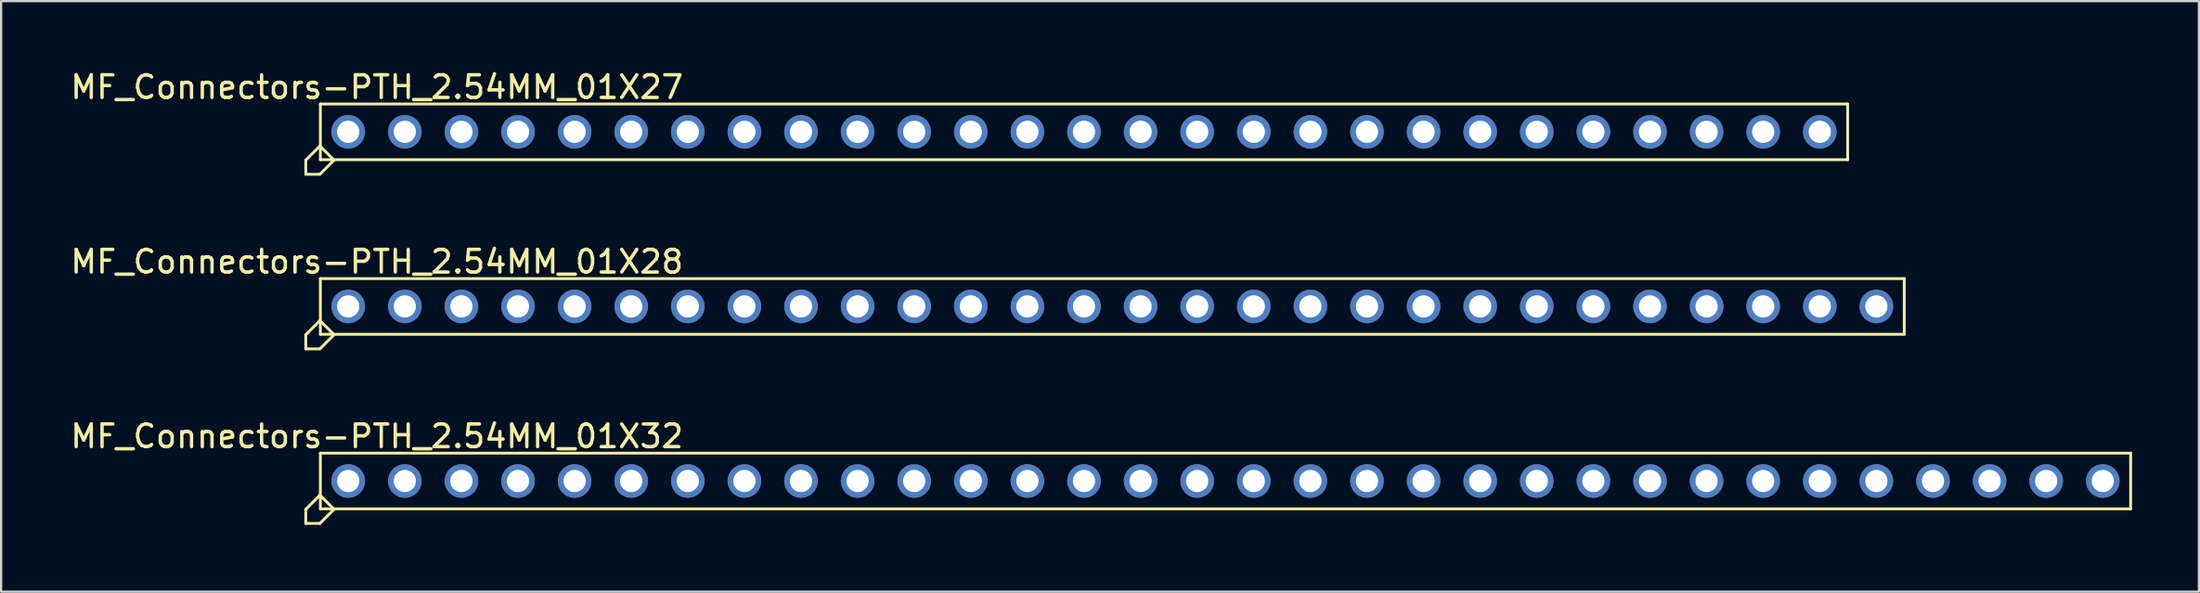
<source format=kicad_pcb>
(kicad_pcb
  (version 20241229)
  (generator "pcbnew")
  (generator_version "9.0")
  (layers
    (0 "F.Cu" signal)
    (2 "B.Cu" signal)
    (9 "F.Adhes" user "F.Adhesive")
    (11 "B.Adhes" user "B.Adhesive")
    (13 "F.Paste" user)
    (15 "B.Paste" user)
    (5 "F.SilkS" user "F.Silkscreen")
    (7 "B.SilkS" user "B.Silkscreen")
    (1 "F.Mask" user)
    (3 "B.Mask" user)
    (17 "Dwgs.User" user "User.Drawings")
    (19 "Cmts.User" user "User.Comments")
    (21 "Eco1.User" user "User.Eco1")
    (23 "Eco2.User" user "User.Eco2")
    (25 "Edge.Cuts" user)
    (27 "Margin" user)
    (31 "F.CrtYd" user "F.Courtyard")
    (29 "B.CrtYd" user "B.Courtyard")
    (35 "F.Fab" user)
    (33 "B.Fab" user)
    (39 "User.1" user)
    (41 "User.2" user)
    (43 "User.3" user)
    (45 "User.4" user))
  (footprint "MF_Connectors-PTH_2.54MM_01X28"
    (layer "F.Cu")
    (at 46.867 10.705)
    (property "Reference" "MF_Connectors-PTH_2.54MM_01X28" (at -33 -2.007 0) (layer "F.SilkS") (effects (font (size 1.016 1.016) (thickness 0.152))))
    (attr exclude_from_pos_files exclude_from_bom)
    (fp_line (start -36.195 1.27) (end -36.195 1.905) (stroke (width 0.127) (type solid)) (layer "F.SilkS"))
    (fp_line (start -36.195 1.905) (end -35.56 1.905) (stroke (width 0.127) (type solid)) (layer "F.SilkS"))
    (fp_line (start -35.56 0.635) (end -36.195 1.27) (stroke (width 0.127) (type solid)) (layer "F.SilkS"))
    (fp_line (start -35.56 1.905) (end -34.925 1.27) (stroke (width 0.127) (type solid)) (layer "F.SilkS"))
    (fp_line (start -35.54 -1.25) (end 35.54 -1.25) (stroke (width 0.127) (type solid)) (layer "F.SilkS"))
    (fp_line (start -35.54 1.25) (end -35.54 -1.25) (stroke (width 0.127) (type solid)) (layer "F.SilkS"))
    (fp_line (start -34.925 1.27) (end -35.56 0.635) (stroke (width 0.127) (type solid)) (layer "F.SilkS"))
    (fp_line (start 35.54 -1.25) (end 35.54 1.25) (stroke (width 0.127) (type solid)) (layer "F.SilkS"))
    (fp_line (start 35.54 1.25) (end -35.54 1.25) (stroke (width 0.127) (type solid)) (layer "F.SilkS"))
    (pad "1" thru_hole circle (at -34.29 0) (size 1.506 1.506) (drill 0.998) (layers "*.Cu" "*.Mask"))
    (pad "2" thru_hole circle (at -31.75 0) (size 1.506 1.506) (drill 0.998) (layers "*.Cu" "*.Mask"))
    (pad "3" thru_hole circle (at -29.21 0) (size 1.506 1.506) (drill 0.998) (layers "*.Cu" "*.Mask"))
    (pad "4" thru_hole circle (at -26.67 0) (size 1.506 1.506) (drill 0.998) (layers "*.Cu" "*.Mask"))
    (pad "5" thru_hole circle (at -24.13 0) (size 1.506 1.506) (drill 0.998) (layers "*.Cu" "*.Mask"))
    (pad "6" thru_hole circle (at -21.59 0) (size 1.506 1.506) (drill 0.998) (layers "*.Cu" "*.Mask"))
    (pad "7" thru_hole circle (at -19.05 0) (size 1.506 1.506) (drill 0.998) (layers "*.Cu" "*.Mask"))
    (pad "8" thru_hole circle (at -16.51 0) (size 1.506 1.506) (drill 0.998) (layers "*.Cu" "*.Mask"))
    (pad "9" thru_hole circle (at -13.97 0) (size 1.506 1.506) (drill 0.998) (layers "*.Cu" "*.Mask"))
    (pad "10" thru_hole circle (at -11.43 0) (size 1.506 1.506) (drill 0.998) (layers "*.Cu" "*.Mask"))
    (pad "11" thru_hole circle (at -8.89 0) (size 1.506 1.506) (drill 0.998) (layers "*.Cu" "*.Mask"))
    (pad "12" thru_hole circle (at -6.35 0) (size 1.506 1.506) (drill 0.998) (layers "*.Cu" "*.Mask"))
    (pad "13" thru_hole circle (at -3.81 0) (size 1.506 1.506) (drill 0.998) (layers "*.Cu" "*.Mask"))
    (pad "14" thru_hole circle (at -1.27 0) (size 1.506 1.506) (drill 0.998) (layers "*.Cu" "*.Mask"))
    (pad "15" thru_hole circle (at 1.27 0) (size 1.506 1.506) (drill 0.998) (layers "*.Cu" "*.Mask"))
    (pad "16" thru_hole circle (at 3.81 0) (size 1.506 1.506) (drill 0.998) (layers "*.Cu" "*.Mask"))
    (pad "17" thru_hole circle (at 6.35 0) (size 1.506 1.506) (drill 0.998) (layers "*.Cu" "*.Mask"))
    (pad "18" thru_hole circle (at 8.89 0) (size 1.506 1.506) (drill 0.998) (layers "*.Cu" "*.Mask"))
    (pad "19" thru_hole circle (at 11.43 0) (size 1.506 1.506) (drill 0.998) (layers "*.Cu" "*.Mask"))
    (pad "20" thru_hole circle (at 13.97 0) (size 1.506 1.506) (drill 0.998) (layers "*.Cu" "*.Mask"))
    (pad "21" thru_hole circle (at 16.51 0) (size 1.506 1.506) (drill 0.998) (layers "*.Cu" "*.Mask"))
    (pad "22" thru_hole circle (at 19.05 0) (size 1.506 1.506) (drill 0.998) (layers "*.Cu" "*.Mask"))
    (pad "23" thru_hole circle (at 21.59 0) (size 1.506 1.506) (drill 0.998) (layers "*.Cu" "*.Mask"))
    (pad "24" thru_hole circle (at 24.13 0) (size 1.506 1.506) (drill 0.998) (layers "*.Cu" "*.Mask"))
    (pad "25" thru_hole circle (at 26.67 0) (size 1.506 1.506) (drill 0.998) (layers "*.Cu" "*.Mask"))
    (pad "26" thru_hole circle (at 29.21 0) (size 1.506 1.506) (drill 0.998) (layers "*.Cu" "*.Mask"))
    (pad "27" thru_hole circle (at 31.75 0) (size 1.506 1.506) (drill 0.998) (layers "*.Cu" "*.Mask"))
    (pad "28" thru_hole circle (at 34.29 0) (size 1.506 1.506) (drill 0.998) (layers "*.Cu" "*.Mask")))
  (footprint "MF_Connectors-PTH_2.54MM_01X32"
    (layer "F.Cu")
    (at 51.947 18.542)
    (property "Reference" "MF_Connectors-PTH_2.54MM_01X32" (at -38.08 -2.007 0) (layer "F.SilkS") (effects (font (size 1.016 1.016) (thickness 0.152))))
    (attr exclude_from_pos_files exclude_from_bom)
    (fp_line (start -41.275 1.27) (end -41.275 1.905) (stroke (width 0.127) (type solid)) (layer "F.SilkS"))
    (fp_line (start -41.275 1.905) (end -40.64 1.905) (stroke (width 0.127) (type solid)) (layer "F.SilkS"))
    (fp_line (start -40.64 0.635) (end -41.275 1.27) (stroke (width 0.127) (type solid)) (layer "F.SilkS"))
    (fp_line (start -40.64 1.905) (end -40.005 1.27) (stroke (width 0.127) (type solid)) (layer "F.SilkS"))
    (fp_line (start -40.62 -1.25) (end 40.62 -1.25) (stroke (width 0.127) (type solid)) (layer "F.SilkS"))
    (fp_line (start -40.62 1.25) (end -40.62 -1.25) (stroke (width 0.127) (type solid)) (layer "F.SilkS"))
    (fp_line (start -40.005 1.27) (end -40.64 0.635) (stroke (width 0.127) (type solid)) (layer "F.SilkS"))
    (fp_line (start 40.62 -1.25) (end 40.62 1.25) (stroke (width 0.127) (type solid)) (layer "F.SilkS"))
    (fp_line (start 40.62 1.25) (end -40.62 1.25) (stroke (width 0.127) (type solid)) (layer "F.SilkS"))
    (pad "1" thru_hole circle (at -39.37 0) (size 1.506 1.506) (drill 0.998) (layers "*.Cu" "*.Mask"))
    (pad "2" thru_hole circle (at -36.83 0) (size 1.506 1.506) (drill 0.998) (layers "*.Cu" "*.Mask"))
    (pad "3" thru_hole circle (at -34.29 0) (size 1.506 1.506) (drill 0.998) (layers "*.Cu" "*.Mask"))
    (pad "4" thru_hole circle (at -31.75 0) (size 1.506 1.506) (drill 0.998) (layers "*.Cu" "*.Mask"))
    (pad "5" thru_hole circle (at -29.21 0) (size 1.506 1.506) (drill 0.998) (layers "*.Cu" "*.Mask"))
    (pad "6" thru_hole circle (at -26.67 0) (size 1.506 1.506) (drill 0.998) (layers "*.Cu" "*.Mask"))
    (pad "7" thru_hole circle (at -24.13 0) (size 1.506 1.506) (drill 0.998) (layers "*.Cu" "*.Mask"))
    (pad "8" thru_hole circle (at -21.59 0) (size 1.506 1.506) (drill 0.998) (layers "*.Cu" "*.Mask"))
    (pad "9" thru_hole circle (at -19.05 0) (size 1.506 1.506) (drill 0.998) (layers "*.Cu" "*.Mask"))
    (pad "10" thru_hole circle (at -16.51 0) (size 1.506 1.506) (drill 0.998) (layers "*.Cu" "*.Mask"))
    (pad "11" thru_hole circle (at -13.97 0) (size 1.506 1.506) (drill 0.998) (layers "*.Cu" "*.Mask"))
    (pad "12" thru_hole circle (at -11.43 0) (size 1.506 1.506) (drill 0.998) (layers "*.Cu" "*.Mask"))
    (pad "13" thru_hole circle (at -8.89 0) (size 1.506 1.506) (drill 0.998) (layers "*.Cu" "*.Mask"))
    (pad "14" thru_hole circle (at -6.35 0) (size 1.506 1.506) (drill 0.998) (layers "*.Cu" "*.Mask"))
    (pad "15" thru_hole circle (at -3.81 0) (size 1.506 1.506) (drill 0.998) (layers "*.Cu" "*.Mask"))
    (pad "16" thru_hole circle (at -1.27 0) (size 1.506 1.506) (drill 0.998) (layers "*.Cu" "*.Mask"))
    (pad "17" thru_hole circle (at 1.27 0) (size 1.506 1.506) (drill 0.998) (layers "*.Cu" "*.Mask"))
    (pad "18" thru_hole circle (at 3.81 0) (size 1.506 1.506) (drill 0.998) (layers "*.Cu" "*.Mask"))
    (pad "19" thru_hole circle (at 6.35 0) (size 1.506 1.506) (drill 0.998) (layers "*.Cu" "*.Mask"))
    (pad "20" thru_hole circle (at 8.89 0) (size 1.506 1.506) (drill 0.998) (layers "*.Cu" "*.Mask"))
    (pad "21" thru_hole circle (at 11.43 0) (size 1.506 1.506) (drill 0.998) (layers "*.Cu" "*.Mask"))
    (pad "22" thru_hole circle (at 13.97 0) (size 1.506 1.506) (drill 0.998) (layers "*.Cu" "*.Mask"))
    (pad "23" thru_hole circle (at 16.51 0) (size 1.506 1.506) (drill 0.998) (layers "*.Cu" "*.Mask"))
    (pad "24" thru_hole circle (at 19.05 0) (size 1.506 1.506) (drill 0.998) (layers "*.Cu" "*.Mask"))
    (pad "25" thru_hole circle (at 21.59 0) (size 1.506 1.506) (drill 0.998) (layers "*.Cu" "*.Mask"))
    (pad "26" thru_hole circle (at 24.13 0) (size 1.506 1.506) (drill 0.998) (layers "*.Cu" "*.Mask"))
    (pad "27" thru_hole circle (at 26.67 0) (size 1.506 1.506) (drill 0.998) (layers "*.Cu" "*.Mask"))
    (pad "28" thru_hole circle (at 29.21 0) (size 1.506 1.506) (drill 0.998) (layers "*.Cu" "*.Mask"))
    (pad "29" thru_hole circle (at 31.75 0) (size 1.506 1.506) (drill 0.998) (layers "*.Cu" "*.Mask"))
    (pad "30" thru_hole circle (at 34.29 0) (size 1.506 1.506) (drill 0.998) (layers "*.Cu" "*.Mask"))
    (pad "31" thru_hole circle (at 36.83 0) (size 1.506 1.506) (drill 0.998) (layers "*.Cu" "*.Mask"))
    (pad "32" thru_hole circle (at 39.37 0) (size 1.506 1.506) (drill 0.998) (layers "*.Cu" "*.Mask")))
  (footprint "MF_Connectors-PTH_2.54MM_01X27"
    (layer "F.Cu")
    (at 45.597 2.868)
    (property "Reference" "MF_Connectors-PTH_2.54MM_01X27" (at -31.73 -2.007 0) (layer "F.SilkS") (effects (font (size 1.016 1.016) (thickness 0.152))))
    (attr exclude_from_pos_files exclude_from_bom)
    (fp_line (start -34.925 1.27) (end -34.925 1.905) (stroke (width 0.127) (type solid)) (layer "F.SilkS"))
    (fp_line (start -34.925 1.905) (end -34.29 1.905) (stroke (width 0.127) (type solid)) (layer "F.SilkS"))
    (fp_line (start -34.29 0.635) (end -34.925 1.27) (stroke (width 0.127) (type solid)) (layer "F.SilkS"))
    (fp_line (start -34.29 1.905) (end -33.655 1.27) (stroke (width 0.127) (type solid)) (layer "F.SilkS"))
    (fp_line (start -34.27 -1.25) (end 34.27 -1.25) (stroke (width 0.127) (type solid)) (layer "F.SilkS"))
    (fp_line (start -34.27 1.25) (end -34.27 -1.25) (stroke (width 0.127) (type solid)) (layer "F.SilkS"))
    (fp_line (start -33.655 1.27) (end -34.29 0.635) (stroke (width 0.127) (type solid)) (layer "F.SilkS"))
    (fp_line (start 34.27 -1.25) (end 34.27 1.25) (stroke (width 0.127) (type solid)) (layer "F.SilkS"))
    (fp_line (start 34.27 1.25) (end -34.27 1.25) (stroke (width 0.127) (type solid)) (layer "F.SilkS"))
    (pad "1" thru_hole circle (at -33.02 0) (size 1.506 1.506) (drill 0.998) (layers "*.Cu" "*.Mask"))
    (pad "2" thru_hole circle (at -30.48 0) (size 1.506 1.506) (drill 0.998) (layers "*.Cu" "*.Mask"))
    (pad "3" thru_hole circle (at -27.94 0) (size 1.506 1.506) (drill 0.998) (layers "*.Cu" "*.Mask"))
    (pad "4" thru_hole circle (at -25.4 0) (size 1.506 1.506) (drill 0.998) (layers "*.Cu" "*.Mask"))
    (pad "5" thru_hole circle (at -22.86 0) (size 1.506 1.506) (drill 0.998) (layers "*.Cu" "*.Mask"))
    (pad "6" thru_hole circle (at -20.32 0) (size 1.506 1.506) (drill 0.998) (layers "*.Cu" "*.Mask"))
    (pad "7" thru_hole circle (at -17.78 0) (size 1.506 1.506) (drill 0.998) (layers "*.Cu" "*.Mask"))
    (pad "8" thru_hole circle (at -15.24 0) (size 1.506 1.506) (drill 0.998) (layers "*.Cu" "*.Mask"))
    (pad "9" thru_hole circle (at -12.7 0) (size 1.506 1.506) (drill 0.998) (layers "*.Cu" "*.Mask"))
    (pad "10" thru_hole circle (at -10.16 0) (size 1.506 1.506) (drill 0.998) (layers "*.Cu" "*.Mask"))
    (pad "11" thru_hole circle (at -7.62 0) (size 1.506 1.506) (drill 0.998) (layers "*.Cu" "*.Mask"))
    (pad "12" thru_hole circle (at -5.08 0) (size 1.506 1.506) (drill 0.998) (layers "*.Cu" "*.Mask"))
    (pad "13" thru_hole circle (at -2.54 0) (size 1.506 1.506) (drill 0.998) (layers "*.Cu" "*.Mask"))
    (pad "14" thru_hole circle (at 0 0) (size 1.506 1.506) (drill 0.998) (layers "*.Cu" "*.Mask"))
    (pad "15" thru_hole circle (at 2.54 0) (size 1.506 1.506) (drill 0.998) (layers "*.Cu" "*.Mask"))
    (pad "16" thru_hole circle (at 5.08 0) (size 1.506 1.506) (drill 0.998) (layers "*.Cu" "*.Mask"))
    (pad "17" thru_hole circle (at 7.62 0) (size 1.506 1.506) (drill 0.998) (layers "*.Cu" "*.Mask"))
    (pad "18" thru_hole circle (at 10.16 0) (size 1.506 1.506) (drill 0.998) (layers "*.Cu" "*.Mask"))
    (pad "19" thru_hole circle (at 12.7 0) (size 1.506 1.506) (drill 0.998) (layers "*.Cu" "*.Mask"))
    (pad "20" thru_hole circle (at 15.24 0) (size 1.506 1.506) (drill 0.998) (layers "*.Cu" "*.Mask"))
    (pad "21" thru_hole circle (at 17.78 0) (size 1.506 1.506) (drill 0.998) (layers "*.Cu" "*.Mask"))
    (pad "22" thru_hole circle (at 20.32 0) (size 1.506 1.506) (drill 0.998) (layers "*.Cu" "*.Mask"))
    (pad "23" thru_hole circle (at 22.86 0) (size 1.506 1.506) (drill 0.998) (layers "*.Cu" "*.Mask"))
    (pad "24" thru_hole circle (at 25.4 0) (size 1.506 1.506) (drill 0.998) (layers "*.Cu" "*.Mask"))
    (pad "25" thru_hole circle (at 27.94 0) (size 1.506 1.506) (drill 0.998) (layers "*.Cu" "*.Mask"))
    (pad "26" thru_hole circle (at 30.48 0) (size 1.506 1.506) (drill 0.998) (layers "*.Cu" "*.Mask"))
    (pad "27" thru_hole circle (at 33.02 0) (size 1.506 1.506) (drill 0.998) (layers "*.Cu" "*.Mask")))
  (gr_rect
    (start -3 -3)
    (end 95.63 23.511)
    (stroke (width 0.1) (type default))
    (fill no)
    (layer "Edge.Cuts")))
</source>
